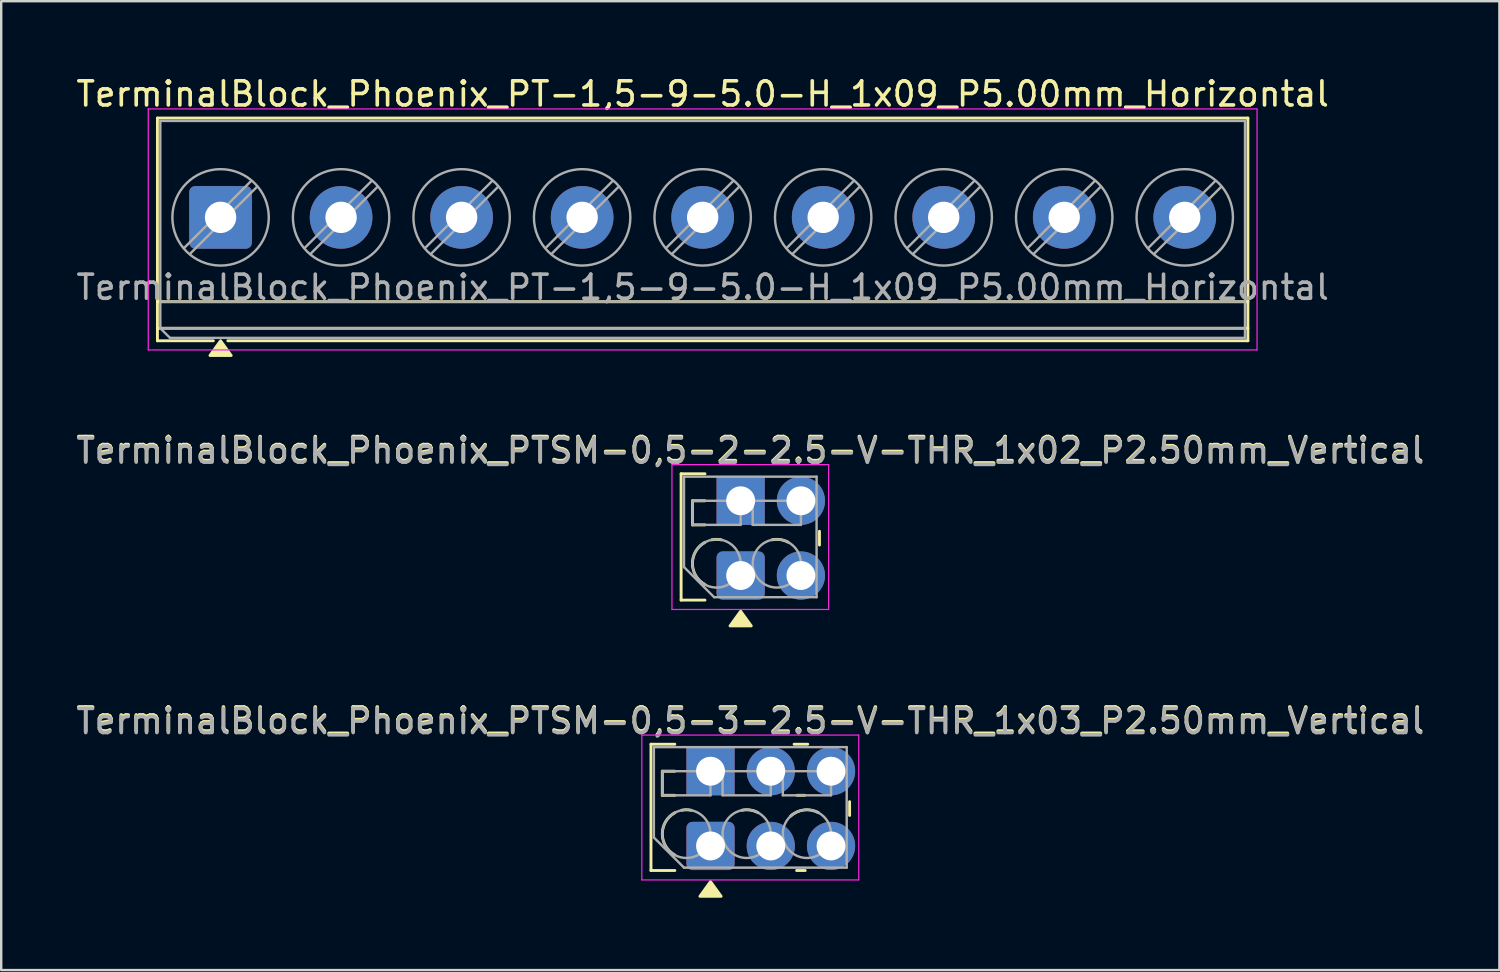
<source format=kicad_pcb>
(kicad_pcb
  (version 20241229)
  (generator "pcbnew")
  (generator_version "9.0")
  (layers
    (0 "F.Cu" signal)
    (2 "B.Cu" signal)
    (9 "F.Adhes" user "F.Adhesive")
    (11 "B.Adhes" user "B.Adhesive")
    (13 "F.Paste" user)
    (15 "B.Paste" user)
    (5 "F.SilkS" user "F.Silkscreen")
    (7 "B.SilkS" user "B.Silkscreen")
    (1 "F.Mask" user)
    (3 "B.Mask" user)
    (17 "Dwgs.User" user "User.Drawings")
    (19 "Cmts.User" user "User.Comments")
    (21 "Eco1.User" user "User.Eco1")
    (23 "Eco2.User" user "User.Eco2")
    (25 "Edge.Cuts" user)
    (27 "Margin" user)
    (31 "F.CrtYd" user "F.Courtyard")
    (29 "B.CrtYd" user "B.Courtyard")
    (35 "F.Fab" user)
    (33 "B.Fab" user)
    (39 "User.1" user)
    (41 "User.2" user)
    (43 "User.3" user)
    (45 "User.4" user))
  (footprint "TerminalBlock_Phoenix_PT-1,5-9-5.0-H_1x09_P5.00mm_Horizontal"
    (layer "F.Cu")
    (at 6.101 5.968)
    (property "Reference" "TerminalBlock_Phoenix_PT-1,5-9-5.0-H_1x09_P5.00mm_Horizontal" (at 20 -5.12 0) (layer "F.SilkS") (effects (font (size 1 1) (thickness 0.15))))
    (attr through_hole)
    (fp_line (start -2.62 -4.12) (end -2.62 5.12) (stroke (width 0.12) (type solid)) (layer "F.SilkS"))
    (fp_line (start -2.62 -4.12) (end 42.62 -4.12) (stroke (width 0.12) (type solid)) (layer "F.SilkS"))
    (fp_line (start -2.62 3.5) (end 42.62 3.5) (stroke (width 0.12) (type solid)) (layer "F.SilkS"))
    (fp_line (start -2.62 4.6) (end 42.62 4.6) (stroke (width 0.12) (type solid)) (layer "F.SilkS"))
    (fp_line (start -2.62 5.12) (end -0.3 5.12) (stroke (width 0.12) (type solid)) (layer "F.SilkS"))
    (fp_line (start 0.3 5.12) (end 42.62 5.12) (stroke (width 0.12) (type solid)) (layer "F.SilkS"))
    (fp_line (start 42.62 -4.12) (end 42.62 5.12) (stroke (width 0.12) (type solid)) (layer "F.SilkS"))
    (fp_poly (pts (xy 0 5.12) (xy 0.44 5.73) (xy -0.44 5.73)) (stroke (width 0.12) (type solid)) (fill yes) (layer "F.SilkS"))
    (fp_line (start -3 -4.5) (end -3 5.5) (stroke (width 0.05) (type solid)) (layer "F.CrtYd"))
    (fp_line (start -3 5.5) (end 43 5.5) (stroke (width 0.05) (type solid)) (layer "F.CrtYd"))
    (fp_line (start 43 -4.5) (end -3 -4.5) (stroke (width 0.05) (type solid)) (layer "F.CrtYd"))
    (fp_line (start 43 5.5) (end 43 -4.5) (stroke (width 0.05) (type solid)) (layer "F.CrtYd"))
    (fp_line (start -2.5 -4) (end 42.5 -4) (stroke (width 0.1) (type solid)) (layer "F.Fab"))
    (fp_line (start -2.5 3.5) (end 42.5 3.5) (stroke (width 0.1) (type solid)) (layer "F.Fab"))
    (fp_line (start -2.5 4.6) (end -2.5 -4) (stroke (width 0.1) (type solid)) (layer "F.Fab"))
    (fp_line (start -2.5 4.6) (end 42.5 4.6) (stroke (width 0.1) (type solid)) (layer "F.Fab"))
    (fp_line (start -2.1 5) (end -2.5 4.6) (stroke (width 0.1) (type solid)) (layer "F.Fab"))
    (fp_line (start 1.273 -1.517) (end -1.517 1.273) (stroke (width 0.1) (type solid)) (layer "F.Fab"))
    (fp_line (start 1.517 -1.273) (end -1.273 1.517) (stroke (width 0.1) (type solid)) (layer "F.Fab"))
    (fp_line (start 6.273 -1.517) (end 3.483 1.273) (stroke (width 0.1) (type solid)) (layer "F.Fab"))
    (fp_line (start 6.517 -1.273) (end 3.727 1.517) (stroke (width 0.1) (type solid)) (layer "F.Fab"))
    (fp_line (start 11.273 -1.517) (end 8.483 1.273) (stroke (width 0.1) (type solid)) (layer "F.Fab"))
    (fp_line (start 11.517 -1.273) (end 8.727 1.517) (stroke (width 0.1) (type solid)) (layer "F.Fab"))
    (fp_line (start 16.273 -1.517) (end 13.483 1.273) (stroke (width 0.1) (type solid)) (layer "F.Fab"))
    (fp_line (start 16.517 -1.273) (end 13.727 1.517) (stroke (width 0.1) (type solid)) (layer "F.Fab"))
    (fp_line (start 21.273 -1.517) (end 18.483 1.273) (stroke (width 0.1) (type solid)) (layer "F.Fab"))
    (fp_line (start 21.517 -1.273) (end 18.727 1.517) (stroke (width 0.1) (type solid)) (layer "F.Fab"))
    (fp_line (start 26.273 -1.517) (end 23.483 1.273) (stroke (width 0.1) (type solid)) (layer "F.Fab"))
    (fp_line (start 26.517 -1.273) (end 23.727 1.517) (stroke (width 0.1) (type solid)) (layer "F.Fab"))
    (fp_line (start 31.273 -1.517) (end 28.483 1.273) (stroke (width 0.1) (type solid)) (layer "F.Fab"))
    (fp_line (start 31.517 -1.273) (end 28.727 1.517) (stroke (width 0.1) (type solid)) (layer "F.Fab"))
    (fp_line (start 36.273 -1.517) (end 33.483 1.273) (stroke (width 0.1) (type solid)) (layer "F.Fab"))
    (fp_line (start 36.517 -1.273) (end 33.727 1.517) (stroke (width 0.1) (type solid)) (layer "F.Fab"))
    (fp_line (start 41.273 -1.517) (end 38.483 1.273) (stroke (width 0.1) (type solid)) (layer "F.Fab"))
    (fp_line (start 41.517 -1.273) (end 38.727 1.517) (stroke (width 0.1) (type solid)) (layer "F.Fab"))
    (fp_line (start 42.5 -4) (end 42.5 5) (stroke (width 0.1) (type solid)) (layer "F.Fab"))
    (fp_line (start 42.5 5) (end -2.1 5) (stroke (width 0.1) (type solid)) (layer "F.Fab"))
    (fp_circle (center 0 0) (end 2 0) (stroke (width 0.1) (type solid)) (fill no) (layer "F.Fab"))
    (fp_circle (center 5 0) (end 7 0) (stroke (width 0.1) (type solid)) (fill no) (layer "F.Fab"))
    (fp_circle (center 10 0) (end 12 0) (stroke (width 0.1) (type solid)) (fill no) (layer "F.Fab"))
    (fp_circle (center 15 0) (end 17 0) (stroke (width 0.1) (type solid)) (fill no) (layer "F.Fab"))
    (fp_circle (center 20 0) (end 22 0) (stroke (width 0.1) (type solid)) (fill no) (layer "F.Fab"))
    (fp_circle (center 25 0) (end 27 0) (stroke (width 0.1) (type solid)) (fill no) (layer "F.Fab"))
    (fp_circle (center 30 0) (end 32 0) (stroke (width 0.1) (type solid)) (fill no) (layer "F.Fab"))
    (fp_circle (center 35 0) (end 37 0) (stroke (width 0.1) (type solid)) (fill no) (layer "F.Fab"))
    (fp_circle (center 40 0) (end 42 0) (stroke (width 0.1) (type solid)) (fill no) (layer "F.Fab"))
    (fp_text user "${REFERENCE}" (at 20 2.9 0) (layer "F.Fab") (effects (font (size 1 1) (thickness 0.15))))
    (pad "1" thru_hole roundrect (at 0 0) (size 2.6 2.6) (drill 1.3) (layers "*.Cu" "*.Mask") (roundrect_rratio 0.096))
    (pad "2" thru_hole circle (at 5 0) (size 2.6 2.6) (drill 1.3) (layers "*.Cu" "*.Mask"))
    (pad "3" thru_hole circle (at 10 0) (size 2.6 2.6) (drill 1.3) (layers "*.Cu" "*.Mask"))
    (pad "4" thru_hole circle (at 15 0) (size 2.6 2.6) (drill 1.3) (layers "*.Cu" "*.Mask"))
    (pad "5" thru_hole circle (at 20 0) (size 2.6 2.6) (drill 1.3) (layers "*.Cu" "*.Mask"))
    (pad "6" thru_hole circle (at 25 0) (size 2.6 2.6) (drill 1.3) (layers "*.Cu" "*.Mask"))
    (pad "7" thru_hole circle (at 30 0) (size 2.6 2.6) (drill 1.3) (layers "*.Cu" "*.Mask"))
    (pad "8" thru_hole circle (at 35 0) (size 2.6 2.6) (drill 1.3) (layers "*.Cu" "*.Mask"))
    (pad "9" thru_hole circle (at 40 0) (size 2.6 2.6) (drill 1.3) (layers "*.Cu" "*.Mask")))
  (footprint "TerminalBlock_Phoenix_PTSM-0,5-3-2.5-V-THR_1x03_P2.50mm_Vertical"
    (layer "F.Cu")
    (at 26.427 32.045)
    (property "Reference" "TerminalBlock_Phoenix_PTSM-0,5-3-2.5-V-THR_1x03_P2.50mm_Vertical" (at 1.65 -5.22 0) (layer "F.SilkS") (effects (font (size 1 1) (thickness 0.15))))
    (attr through_hole)
    (fp_line (start -2.47 -4.22) (end -2.47 1.02) (stroke (width 0.12) (type solid)) (layer "F.SilkS"))
    (fp_line (start -2.47 -4.22) (end -1.48 -4.22) (stroke (width 0.12) (type solid)) (layer "F.SilkS"))
    (fp_line (start -2.47 1.02) (end -1.48 1.02) (stroke (width 0.12) (type solid)) (layer "F.SilkS"))
    (fp_line (start -2 -3.1) (end -2 -2.1) (stroke (width 0.12) (type solid)) (layer "F.SilkS"))
    (fp_line (start -2 -3.1) (end -1.48 -3.1) (stroke (width 0.12) (type solid)) (layer "F.SilkS"))
    (fp_line (start -2 -2.1) (end -1.48 -2.1) (stroke (width 0.12) (type solid)) (layer "F.SilkS"))
    (fp_line (start 3.467 -4.22) (end 4.033 -4.22) (stroke (width 0.12) (type solid)) (layer "F.SilkS"))
    (fp_line (start 3.572 1.02) (end 3.928 1.02) (stroke (width 0.12) (type solid)) (layer "F.SilkS"))
    (fp_line (start 3.591 -2.1) (end 3.909 -2.1) (stroke (width 0.12) (type solid)) (layer "F.SilkS"))
    (fp_line (start 5.77 -1.836) (end 5.77 -1.264) (stroke (width 0.12) (type solid)) (layer "F.SilkS"))
    (fp_arc (start -1.48 0.377) (mid -2 -0.5) (end -1.48 -1.377) (stroke (width 0.12) (type solid)) (layer "F.SilkS"))
    (fp_arc (start -1.199 -1.48) (mid -1 -1.5) (end -0.801 -1.48) (stroke (width 0.12) (type solid)) (layer "F.SilkS"))
    (fp_arc (start 1.301 -1.48) (mid 1.644617 -1.48991) (end 1.971 -1.382) (stroke (width 0.12) (type solid)) (layer "F.SilkS"))
    (fp_arc (start 3.319 -1.233) (mid 3.871134 -1.492017) (end 4.471 -1.382) (stroke (width 0.12) (type solid)) (layer "F.SilkS"))
    (fp_poly (pts (xy 0 1.48) (xy 0.44 2.09) (xy -0.44 2.09)) (stroke (width 0.12) (type solid)) (fill yes) (layer "F.SilkS"))
    (fp_line (start -2.85 -4.6) (end -2.85 1.41) (stroke (width 0.05) (type solid)) (layer "F.CrtYd"))
    (fp_line (start -2.85 1.41) (end 6.15 1.41) (stroke (width 0.05) (type solid)) (layer "F.CrtYd"))
    (fp_line (start 6.15 -4.6) (end -2.85 -4.6) (stroke (width 0.05) (type solid)) (layer "F.CrtYd"))
    (fp_line (start 6.15 1.41) (end 6.15 -4.6) (stroke (width 0.05) (type solid)) (layer "F.CrtYd"))
    (fp_line (start -2.35 -4.1) (end 5.65 -4.1) (stroke (width 0.1) (type solid)) (layer "F.Fab"))
    (fp_line (start -2.35 -0.35) (end -2.35 -4.1) (stroke (width 0.1) (type solid)) (layer "F.Fab"))
    (fp_line (start -2 -3.1) (end -2 -2.1) (stroke (width 0.1) (type solid)) (layer "F.Fab"))
    (fp_line (start -2 -2.1) (end 0 -2.1) (stroke (width 0.1) (type solid)) (layer "F.Fab"))
    (fp_line (start -1.1 0.9) (end -2.35 -0.35) (stroke (width 0.1) (type solid)) (layer "F.Fab"))
    (fp_line (start 0 -3.1) (end -2 -3.1) (stroke (width 0.1) (type solid)) (layer "F.Fab"))
    (fp_line (start 0 -2.1) (end 0 -3.1) (stroke (width 0.1) (type solid)) (layer "F.Fab"))
    (fp_line (start 0.5 -3.1) (end 0.5 -2.1) (stroke (width 0.1) (type solid)) (layer "F.Fab"))
    (fp_line (start 0.5 -2.1) (end 2.5 -2.1) (stroke (width 0.1) (type solid)) (layer "F.Fab"))
    (fp_line (start 2.5 -3.1) (end 0.5 -3.1) (stroke (width 0.1) (type solid)) (layer "F.Fab"))
    (fp_line (start 2.5 -2.1) (end 2.5 -3.1) (stroke (width 0.1) (type solid)) (layer "F.Fab"))
    (fp_line (start 3 -3.1) (end 3 -2.1) (stroke (width 0.1) (type solid)) (layer "F.Fab"))
    (fp_line (start 3 -2.1) (end 5 -2.1) (stroke (width 0.1) (type solid)) (layer "F.Fab"))
    (fp_line (start 5 -3.1) (end 3 -3.1) (stroke (width 0.1) (type solid)) (layer "F.Fab"))
    (fp_line (start 5 -2.1) (end 5 -3.1) (stroke (width 0.1) (type solid)) (layer "F.Fab"))
    (fp_line (start 5.65 -4.1) (end 5.65 0.9) (stroke (width 0.1) (type solid)) (layer "F.Fab"))
    (fp_line (start 5.65 0.9) (end -1.1 0.9) (stroke (width 0.1) (type solid)) (layer "F.Fab"))
    (fp_circle (center -1 -0.5) (end 0 -0.5) (stroke (width 0.1) (type solid)) (fill no) (layer "F.Fab"))
    (fp_circle (center 1.5 -0.5) (end 2.5 -0.5) (stroke (width 0.1) (type solid)) (fill no) (layer "F.Fab"))
    (fp_circle (center 4 -0.5) (end 5 -0.5) (stroke (width 0.1) (type solid)) (fill no) (layer "F.Fab"))
    (fp_text user "${REFERENCE}" (at 1.65 -5.16 0) (layer "F.Fab") (effects (font (size 1 1) (thickness 0.15))))
    (pad "1" thru_hole rect (at 0 -3.1) (size 2 2) (drill 1.2) (layers "*.Cu" "*.Mask"))
    (pad "1" thru_hole roundrect (at 0 0) (size 2 2) (drill 1.2) (layers "*.Cu" "*.Mask") (roundrect_rratio 0.125))
    (pad "2" thru_hole circle (at 2.5 -3.1) (size 2 2) (drill 1.2) (layers "*.Cu" "*.Mask"))
    (pad "2" thru_hole circle (at 2.5 0) (size 2 2) (drill 1.2) (layers "*.Cu" "*.Mask"))
    (pad "3" thru_hole circle (at 5 -3.1) (size 2 2) (drill 1.2) (layers "*.Cu" "*.Mask"))
    (pad "3" thru_hole circle (at 5 0) (size 2 2) (drill 1.2) (layers "*.Cu" "*.Mask")))
  (footprint "TerminalBlock_Phoenix_PTSM-0,5-2-2.5-V-THR_1x02_P2.50mm_Vertical"
    (layer "F.Cu")
    (at 27.677 20.826)
    (property "Reference" "TerminalBlock_Phoenix_PTSM-0,5-2-2.5-V-THR_1x02_P2.50mm_Vertical" (at 0.4 -5.22 0) (layer "F.SilkS") (effects (font (size 1 1) (thickness 0.15))))
    (attr through_hole)
    (fp_line (start -2.47 -4.22) (end -2.47 1.02) (stroke (width 0.12) (type solid)) (layer "F.SilkS"))
    (fp_line (start -2.47 -4.22) (end -1.48 -4.22) (stroke (width 0.12) (type solid)) (layer "F.SilkS"))
    (fp_line (start -2.47 1.02) (end -1.48 1.02) (stroke (width 0.12) (type solid)) (layer "F.SilkS"))
    (fp_line (start -2 -3.1) (end -2 -2.1) (stroke (width 0.12) (type solid)) (layer "F.SilkS"))
    (fp_line (start -2 -3.1) (end -1.48 -3.1) (stroke (width 0.12) (type solid)) (layer "F.SilkS"))
    (fp_line (start -2 -2.1) (end -1.48 -2.1) (stroke (width 0.12) (type solid)) (layer "F.SilkS"))
    (fp_line (start 3.27 -1.836) (end 3.27 -1.264) (stroke (width 0.12) (type solid)) (layer "F.SilkS"))
    (fp_arc (start -1.48 0.377) (mid -2 -0.5) (end -1.48 -1.377) (stroke (width 0.12) (type solid)) (layer "F.SilkS"))
    (fp_arc (start -1.199 -1.48) (mid -1 -1.5) (end -0.801 -1.48) (stroke (width 0.12) (type solid)) (layer "F.SilkS"))
    (fp_arc (start 1.301 -1.48) (mid 1.644617 -1.48991) (end 1.971 -1.382) (stroke (width 0.12) (type solid)) (layer "F.SilkS"))
    (fp_poly (pts (xy 0 1.48) (xy 0.44 2.09) (xy -0.44 2.09)) (stroke (width 0.12) (type solid)) (fill yes) (layer "F.SilkS"))
    (fp_line (start -2.85 -4.6) (end -2.85 1.41) (stroke (width 0.05) (type solid)) (layer "F.CrtYd"))
    (fp_line (start -2.85 1.41) (end 3.65 1.41) (stroke (width 0.05) (type solid)) (layer "F.CrtYd"))
    (fp_line (start 3.65 -4.6) (end -2.85 -4.6) (stroke (width 0.05) (type solid)) (layer "F.CrtYd"))
    (fp_line (start 3.65 1.41) (end 3.65 -4.6) (stroke (width 0.05) (type solid)) (layer "F.CrtYd"))
    (fp_line (start -2.35 -4.1) (end 3.15 -4.1) (stroke (width 0.1) (type solid)) (layer "F.Fab"))
    (fp_line (start -2.35 -0.35) (end -2.35 -4.1) (stroke (width 0.1) (type solid)) (layer "F.Fab"))
    (fp_line (start -2 -3.1) (end -2 -2.1) (stroke (width 0.1) (type solid)) (layer "F.Fab"))
    (fp_line (start -2 -2.1) (end 0 -2.1) (stroke (width 0.1) (type solid)) (layer "F.Fab"))
    (fp_line (start -1.1 0.9) (end -2.35 -0.35) (stroke (width 0.1) (type solid)) (layer "F.Fab"))
    (fp_line (start 0 -3.1) (end -2 -3.1) (stroke (width 0.1) (type solid)) (layer "F.Fab"))
    (fp_line (start 0 -2.1) (end 0 -3.1) (stroke (width 0.1) (type solid)) (layer "F.Fab"))
    (fp_line (start 0.5 -3.1) (end 0.5 -2.1) (stroke (width 0.1) (type solid)) (layer "F.Fab"))
    (fp_line (start 0.5 -2.1) (end 2.5 -2.1) (stroke (width 0.1) (type solid)) (layer "F.Fab"))
    (fp_line (start 2.5 -3.1) (end 0.5 -3.1) (stroke (width 0.1) (type solid)) (layer "F.Fab"))
    (fp_line (start 2.5 -2.1) (end 2.5 -3.1) (stroke (width 0.1) (type solid)) (layer "F.Fab"))
    (fp_line (start 3.15 -4.1) (end 3.15 0.9) (stroke (width 0.1) (type solid)) (layer "F.Fab"))
    (fp_line (start 3.15 0.9) (end -1.1 0.9) (stroke (width 0.1) (type solid)) (layer "F.Fab"))
    (fp_circle (center -1 -0.5) (end 0 -0.5) (stroke (width 0.1) (type solid)) (fill no) (layer "F.Fab"))
    (fp_circle (center 1.5 -0.5) (end 2.5 -0.5) (stroke (width 0.1) (type solid)) (fill no) (layer "F.Fab"))
    (fp_text user "${REFERENCE}" (at 0.4 -5.16 0) (layer "F.Fab") (effects (font (size 1 1) (thickness 0.15))))
    (pad "1" thru_hole rect (at 0 -3.1) (size 2 2) (drill 1.2) (layers "*.Cu" "*.Mask"))
    (pad "1" thru_hole roundrect (at 0 0) (size 2 2) (drill 1.2) (layers "*.Cu" "*.Mask") (roundrect_rratio 0.125))
    (pad "2" thru_hole circle (at 2.5 -3.1) (size 2 2) (drill 1.2) (layers "*.Cu" "*.Mask"))
    (pad "2" thru_hole circle (at 2.5 0) (size 2 2) (drill 1.2) (layers "*.Cu" "*.Mask")))
  (gr_rect
    (start -3 -3)
    (end 59.155 37.195)
    (stroke (width 0.1) (type default))
    (fill no)
    (layer "Edge.Cuts")))
</source>
